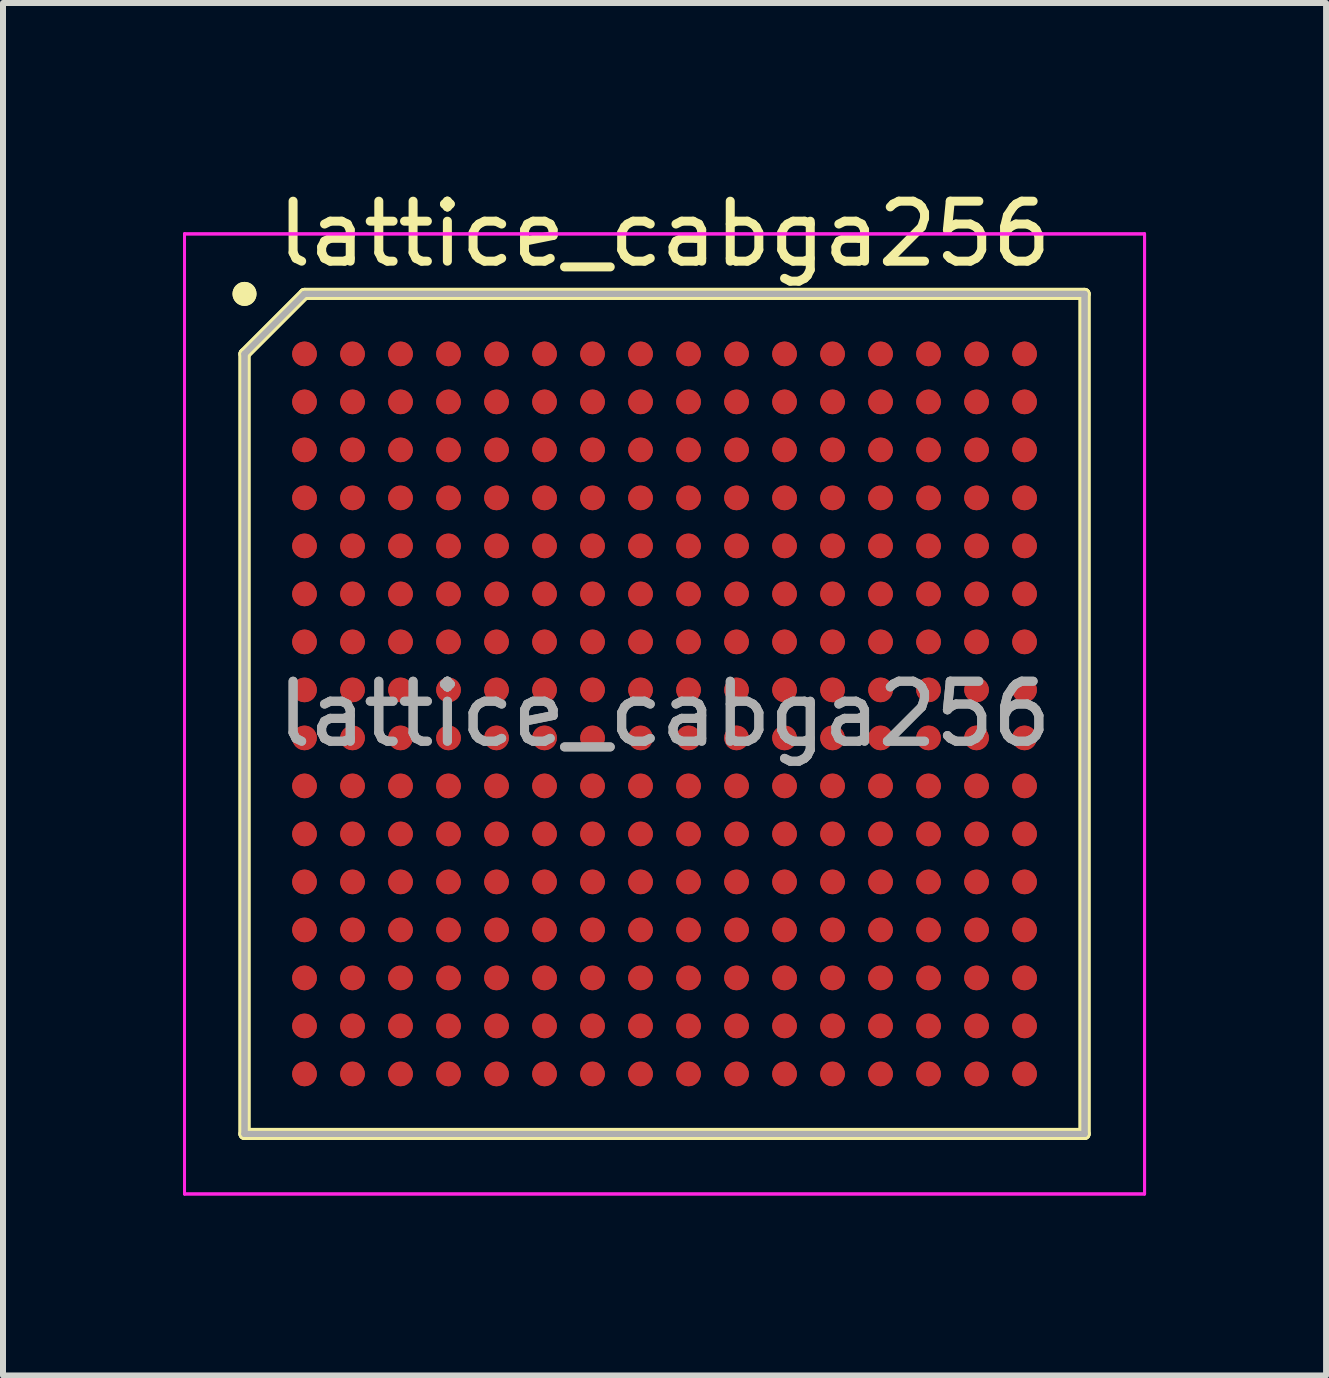
<source format=kicad_pcb>
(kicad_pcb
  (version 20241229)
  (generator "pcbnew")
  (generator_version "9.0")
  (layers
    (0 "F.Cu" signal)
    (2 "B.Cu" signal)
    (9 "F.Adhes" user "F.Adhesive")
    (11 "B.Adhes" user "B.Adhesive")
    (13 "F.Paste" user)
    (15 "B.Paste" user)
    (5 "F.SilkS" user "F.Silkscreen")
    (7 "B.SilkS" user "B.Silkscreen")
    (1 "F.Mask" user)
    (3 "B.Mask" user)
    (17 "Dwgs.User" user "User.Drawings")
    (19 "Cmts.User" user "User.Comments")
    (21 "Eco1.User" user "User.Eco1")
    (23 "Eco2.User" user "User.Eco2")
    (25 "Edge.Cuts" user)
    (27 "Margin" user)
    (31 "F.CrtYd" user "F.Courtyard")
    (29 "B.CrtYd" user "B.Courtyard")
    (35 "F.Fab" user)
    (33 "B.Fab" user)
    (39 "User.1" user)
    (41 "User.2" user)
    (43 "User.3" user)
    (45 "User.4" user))
  (footprint "lattice_cabga256"
    (layer "F.Cu")
    (at 8.025 8.848)
    (property "Reference" "lattice_cabga256" (at 0 -8 0) (layer "F.SilkS") (effects (font (size 1 1) (thickness 0.15))))
    (attr smd)
    (fp_line (start -7 -6) (end -6 -7) (stroke (width 0.2) (type solid)) (layer "F.SilkS"))
    (fp_line (start -7 -6) (end -6 -7) (stroke (width 0.2) (type solid)) (layer "F.SilkS"))
    (fp_line (start -7 7) (end -7 -6) (stroke (width 0.2) (type solid)) (layer "F.SilkS"))
    (fp_line (start -7 7) (end -7 -6) (stroke (width 0.2) (type solid)) (layer "F.SilkS"))
    (fp_line (start -6 -7) (end 7 -7) (stroke (width 0.2) (type solid)) (layer "F.SilkS"))
    (fp_line (start -6 -7) (end 7 -7) (stroke (width 0.2) (type solid)) (layer "F.SilkS"))
    (fp_line (start 7 -7) (end 7 7) (stroke (width 0.2) (type solid)) (layer "F.SilkS"))
    (fp_line (start 7 -7) (end 7 7) (stroke (width 0.2) (type solid)) (layer "F.SilkS"))
    (fp_line (start 7 7) (end -7 7) (stroke (width 0.2) (type solid)) (layer "F.SilkS"))
    (fp_line (start 7 7) (end -7 7) (stroke (width 0.2) (type solid)) (layer "F.SilkS"))
    (fp_circle (center -7 -7) (end -7 -6.9) (stroke (width 0.2) (type solid)) (fill no) (layer "F.SilkS"))
    (fp_circle (center -7 -7) (end -7 -6.9) (stroke (width 0.2) (type solid)) (fill no) (layer "F.SilkS"))
    (fp_line (start -8 -8) (end 8 -8) (stroke (width 0.05) (type solid)) (layer "F.CrtYd"))
    (fp_line (start -8 -8) (end 8 -8) (stroke (width 0.05) (type solid)) (layer "F.CrtYd"))
    (fp_line (start -8 8) (end -8 -8) (stroke (width 0.05) (type solid)) (layer "F.CrtYd"))
    (fp_line (start -8 8) (end -8 -8) (stroke (width 0.05) (type solid)) (layer "F.CrtYd"))
    (fp_line (start 8 -8) (end 8 8) (stroke (width 0.05) (type solid)) (layer "F.CrtYd"))
    (fp_line (start 8 -8) (end 8 8) (stroke (width 0.05) (type solid)) (layer "F.CrtYd"))
    (fp_line (start 8 8) (end -8 8) (stroke (width 0.05) (type solid)) (layer "F.CrtYd"))
    (fp_line (start 8 8) (end -8 8) (stroke (width 0.05) (type solid)) (layer "F.CrtYd"))
    (fp_line (start -7 -6) (end -6 -7) (stroke (width 0.1) (type solid)) (layer "F.Fab"))
    (fp_line (start -7 -6) (end -6 -7) (stroke (width 0.1) (type solid)) (layer "F.Fab"))
    (fp_line (start -7 7) (end -7 -6) (stroke (width 0.1) (type solid)) (layer "F.Fab"))
    (fp_line (start -7 7) (end -7 -6) (stroke (width 0.1) (type solid)) (layer "F.Fab"))
    (fp_line (start -6 -7) (end 7 -7) (stroke (width 0.1) (type solid)) (layer "F.Fab"))
    (fp_line (start -6 -7) (end 7 -7) (stroke (width 0.1) (type solid)) (layer "F.Fab"))
    (fp_line (start 7 -7) (end 7 7) (stroke (width 0.1) (type solid)) (layer "F.Fab"))
    (fp_line (start 7 -7) (end 7 7) (stroke (width 0.1) (type solid)) (layer "F.Fab"))
    (fp_line (start 7 7) (end -7 7) (stroke (width 0.1) (type solid)) (layer "F.Fab"))
    (fp_line (start 7 7) (end -7 7) (stroke (width 0.1) (type solid)) (layer "F.Fab"))
    (fp_text user "${REFERENCE}" (at 0 0 0) (layer "F.Fab") (effects (font (size 1 1) (thickness 0.15))))
    (fp_text user "${REFERENCE}" (at 0 0 0) (layer "F.Fab") (effects (font (size 1 1) (thickness 0.15))))
    (pad "A1" smd circle (at -6 -6 90) (size 0.41 0.41) (layers "F.Cu" "F.Mask" "F.Paste"))
    (pad "A1" smd circle (at -6 -6 90) (size 0.41 0.41) (layers "F.Cu" "F.Mask" "F.Paste"))
    (pad "A2" smd circle (at -5.2 -6 90) (size 0.41 0.41) (layers "F.Cu" "F.Mask" "F.Paste"))
    (pad "A2" smd circle (at -5.2 -6 90) (size 0.41 0.41) (layers "F.Cu" "F.Mask" "F.Paste"))
    (pad "A3" smd circle (at -4.4 -6 90) (size 0.41 0.41) (layers "F.Cu" "F.Mask" "F.Paste"))
    (pad "A3" smd circle (at -4.4 -6 90) (size 0.41 0.41) (layers "F.Cu" "F.Mask" "F.Paste"))
    (pad "A4" smd circle (at -3.6 -6 90) (size 0.41 0.41) (layers "F.Cu" "F.Mask" "F.Paste"))
    (pad "A4" smd circle (at -3.6 -6 90) (size 0.41 0.41) (layers "F.Cu" "F.Mask" "F.Paste"))
    (pad "A5" smd circle (at -2.8 -6 90) (size 0.41 0.41) (layers "F.Cu" "F.Mask" "F.Paste"))
    (pad "A5" smd circle (at -2.8 -6 90) (size 0.41 0.41) (layers "F.Cu" "F.Mask" "F.Paste"))
    (pad "A6" smd circle (at -2 -6 90) (size 0.41 0.41) (layers "F.Cu" "F.Mask" "F.Paste"))
    (pad "A6" smd circle (at -2 -6 90) (size 0.41 0.41) (layers "F.Cu" "F.Mask" "F.Paste"))
    (pad "A7" smd circle (at -1.2 -6 90) (size 0.41 0.41) (layers "F.Cu" "F.Mask" "F.Paste"))
    (pad "A7" smd circle (at -1.2 -6 90) (size 0.41 0.41) (layers "F.Cu" "F.Mask" "F.Paste"))
    (pad "A8" smd circle (at -0.4 -6 90) (size 0.41 0.41) (layers "F.Cu" "F.Mask" "F.Paste"))
    (pad "A8" smd circle (at -0.4 -6 90) (size 0.41 0.41) (layers "F.Cu" "F.Mask" "F.Paste"))
    (pad "A9" smd circle (at 0.4 -6 90) (size 0.41 0.41) (layers "F.Cu" "F.Mask" "F.Paste"))
    (pad "A9" smd circle (at 0.4 -6 90) (size 0.41 0.41) (layers "F.Cu" "F.Mask" "F.Paste"))
    (pad "A10" smd circle (at 1.2 -6 90) (size 0.41 0.41) (layers "F.Cu" "F.Mask" "F.Paste"))
    (pad "A10" smd circle (at 1.2 -6 90) (size 0.41 0.41) (layers "F.Cu" "F.Mask" "F.Paste"))
    (pad "A11" smd circle (at 2 -6 90) (size 0.41 0.41) (layers "F.Cu" "F.Mask" "F.Paste"))
    (pad "A11" smd circle (at 2 -6 90) (size 0.41 0.41) (layers "F.Cu" "F.Mask" "F.Paste"))
    (pad "A12" smd circle (at 2.8 -6 90) (size 0.41 0.41) (layers "F.Cu" "F.Mask" "F.Paste"))
    (pad "A12" smd circle (at 2.8 -6 90) (size 0.41 0.41) (layers "F.Cu" "F.Mask" "F.Paste"))
    (pad "A13" smd circle (at 3.6 -6 90) (size 0.41 0.41) (layers "F.Cu" "F.Mask" "F.Paste"))
    (pad "A13" smd circle (at 3.6 -6 90) (size 0.41 0.41) (layers "F.Cu" "F.Mask" "F.Paste"))
    (pad "A14" smd circle (at 4.4 -6 90) (size 0.41 0.41) (layers "F.Cu" "F.Mask" "F.Paste"))
    (pad "A14" smd circle (at 4.4 -6 90) (size 0.41 0.41) (layers "F.Cu" "F.Mask" "F.Paste"))
    (pad "A15" smd circle (at 5.2 -6 90) (size 0.41 0.41) (layers "F.Cu" "F.Mask" "F.Paste"))
    (pad "A15" smd circle (at 5.2 -6 90) (size 0.41 0.41) (layers "F.Cu" "F.Mask" "F.Paste"))
    (pad "A16" smd circle (at 6 -6 90) (size 0.41 0.41) (layers "F.Cu" "F.Mask" "F.Paste"))
    (pad "A16" smd circle (at 6 -6 90) (size 0.41 0.41) (layers "F.Cu" "F.Mask" "F.Paste"))
    (pad "B1" smd circle (at -6 -5.2 90) (size 0.41 0.41) (layers "F.Cu" "F.Mask" "F.Paste"))
    (pad "B1" smd circle (at -6 -5.2 90) (size 0.41 0.41) (layers "F.Cu" "F.Mask" "F.Paste"))
    (pad "B2" smd circle (at -5.2 -5.2 90) (size 0.41 0.41) (layers "F.Cu" "F.Mask" "F.Paste"))
    (pad "B2" smd circle (at -5.2 -5.2 90) (size 0.41 0.41) (layers "F.Cu" "F.Mask" "F.Paste"))
    (pad "B3" smd circle (at -4.4 -5.2 90) (size 0.41 0.41) (layers "F.Cu" "F.Mask" "F.Paste"))
    (pad "B3" smd circle (at -4.4 -5.2 90) (size 0.41 0.41) (layers "F.Cu" "F.Mask" "F.Paste"))
    (pad "B4" smd circle (at -3.6 -5.2 90) (size 0.41 0.41) (layers "F.Cu" "F.Mask" "F.Paste"))
    (pad "B4" smd circle (at -3.6 -5.2 90) (size 0.41 0.41) (layers "F.Cu" "F.Mask" "F.Paste"))
    (pad "B5" smd circle (at -2.8 -5.2 90) (size 0.41 0.41) (layers "F.Cu" "F.Mask" "F.Paste"))
    (pad "B5" smd circle (at -2.8 -5.2 90) (size 0.41 0.41) (layers "F.Cu" "F.Mask" "F.Paste"))
    (pad "B6" smd circle (at -2 -5.2 90) (size 0.41 0.41) (layers "F.Cu" "F.Mask" "F.Paste"))
    (pad "B6" smd circle (at -2 -5.2 90) (size 0.41 0.41) (layers "F.Cu" "F.Mask" "F.Paste"))
    (pad "B7" smd circle (at -1.2 -5.2 90) (size 0.41 0.41) (layers "F.Cu" "F.Mask" "F.Paste"))
    (pad "B7" smd circle (at -1.2 -5.2 90) (size 0.41 0.41) (layers "F.Cu" "F.Mask" "F.Paste"))
    (pad "B8" smd circle (at -0.4 -5.2 90) (size 0.41 0.41) (layers "F.Cu" "F.Mask" "F.Paste"))
    (pad "B8" smd circle (at -0.4 -5.2 90) (size 0.41 0.41) (layers "F.Cu" "F.Mask" "F.Paste"))
    (pad "B9" smd circle (at 0.4 -5.2 90) (size 0.41 0.41) (layers "F.Cu" "F.Mask" "F.Paste"))
    (pad "B9" smd circle (at 0.4 -5.2 90) (size 0.41 0.41) (layers "F.Cu" "F.Mask" "F.Paste"))
    (pad "B10" smd circle (at 1.2 -5.2 90) (size 0.41 0.41) (layers "F.Cu" "F.Mask" "F.Paste"))
    (pad "B10" smd circle (at 1.2 -5.2 90) (size 0.41 0.41) (layers "F.Cu" "F.Mask" "F.Paste"))
    (pad "B11" smd circle (at 2 -5.2 90) (size 0.41 0.41) (layers "F.Cu" "F.Mask" "F.Paste"))
    (pad "B11" smd circle (at 2 -5.2 90) (size 0.41 0.41) (layers "F.Cu" "F.Mask" "F.Paste"))
    (pad "B12" smd circle (at 2.8 -5.2 90) (size 0.41 0.41) (layers "F.Cu" "F.Mask" "F.Paste"))
    (pad "B12" smd circle (at 2.8 -5.2 90) (size 0.41 0.41) (layers "F.Cu" "F.Mask" "F.Paste"))
    (pad "B13" smd circle (at 3.6 -5.2 90) (size 0.41 0.41) (layers "F.Cu" "F.Mask" "F.Paste"))
    (pad "B13" smd circle (at 3.6 -5.2 90) (size 0.41 0.41) (layers "F.Cu" "F.Mask" "F.Paste"))
    (pad "B14" smd circle (at 4.4 -5.2 90) (size 0.41 0.41) (layers "F.Cu" "F.Mask" "F.Paste"))
    (pad "B14" smd circle (at 4.4 -5.2 90) (size 0.41 0.41) (layers "F.Cu" "F.Mask" "F.Paste"))
    (pad "B15" smd circle (at 5.2 -5.2 90) (size 0.41 0.41) (layers "F.Cu" "F.Mask" "F.Paste"))
    (pad "B15" smd circle (at 5.2 -5.2 90) (size 0.41 0.41) (layers "F.Cu" "F.Mask" "F.Paste"))
    (pad "B16" smd circle (at 6 -5.2 90) (size 0.41 0.41) (layers "F.Cu" "F.Mask" "F.Paste"))
    (pad "B16" smd circle (at 6 -5.2 90) (size 0.41 0.41) (layers "F.Cu" "F.Mask" "F.Paste"))
    (pad "C1" smd circle (at -6 -4.4 90) (size 0.41 0.41) (layers "F.Cu" "F.Mask" "F.Paste"))
    (pad "C1" smd circle (at -6 -4.4 90) (size 0.41 0.41) (layers "F.Cu" "F.Mask" "F.Paste"))
    (pad "C2" smd circle (at -5.2 -4.4 90) (size 0.41 0.41) (layers "F.Cu" "F.Mask" "F.Paste"))
    (pad "C2" smd circle (at -5.2 -4.4 90) (size 0.41 0.41) (layers "F.Cu" "F.Mask" "F.Paste"))
    (pad "C3" smd circle (at -4.4 -4.4 90) (size 0.41 0.41) (layers "F.Cu" "F.Mask" "F.Paste"))
    (pad "C3" smd circle (at -4.4 -4.4 90) (size 0.41 0.41) (layers "F.Cu" "F.Mask" "F.Paste"))
    (pad "C4" smd circle (at -3.6 -4.4 90) (size 0.41 0.41) (layers "F.Cu" "F.Mask" "F.Paste"))
    (pad "C4" smd circle (at -3.6 -4.4 90) (size 0.41 0.41) (layers "F.Cu" "F.Mask" "F.Paste"))
    (pad "C5" smd circle (at -2.8 -4.4 90) (size 0.41 0.41) (layers "F.Cu" "F.Mask" "F.Paste"))
    (pad "C5" smd circle (at -2.8 -4.4 90) (size 0.41 0.41) (layers "F.Cu" "F.Mask" "F.Paste"))
    (pad "C6" smd circle (at -2 -4.4 90) (size 0.41 0.41) (layers "F.Cu" "F.Mask" "F.Paste"))
    (pad "C6" smd circle (at -2 -4.4 90) (size 0.41 0.41) (layers "F.Cu" "F.Mask" "F.Paste"))
    (pad "C7" smd circle (at -1.2 -4.4 90) (size 0.41 0.41) (layers "F.Cu" "F.Mask" "F.Paste"))
    (pad "C7" smd circle (at -1.2 -4.4 90) (size 0.41 0.41) (layers "F.Cu" "F.Mask" "F.Paste"))
    (pad "C8" smd circle (at -0.4 -4.4 90) (size 0.41 0.41) (layers "F.Cu" "F.Mask" "F.Paste"))
    (pad "C8" smd circle (at -0.4 -4.4 90) (size 0.41 0.41) (layers "F.Cu" "F.Mask" "F.Paste"))
    (pad "C9" smd circle (at 0.4 -4.4 90) (size 0.41 0.41) (layers "F.Cu" "F.Mask" "F.Paste"))
    (pad "C9" smd circle (at 0.4 -4.4 90) (size 0.41 0.41) (layers "F.Cu" "F.Mask" "F.Paste"))
    (pad "C10" smd circle (at 1.2 -4.4 90) (size 0.41 0.41) (layers "F.Cu" "F.Mask" "F.Paste"))
    (pad "C10" smd circle (at 1.2 -4.4 90) (size 0.41 0.41) (layers "F.Cu" "F.Mask" "F.Paste"))
    (pad "C11" smd circle (at 2 -4.4 90) (size 0.41 0.41) (layers "F.Cu" "F.Mask" "F.Paste"))
    (pad "C11" smd circle (at 2 -4.4 90) (size 0.41 0.41) (layers "F.Cu" "F.Mask" "F.Paste"))
    (pad "C12" smd circle (at 2.8 -4.4 90) (size 0.41 0.41) (layers "F.Cu" "F.Mask" "F.Paste"))
    (pad "C12" smd circle (at 2.8 -4.4 90) (size 0.41 0.41) (layers "F.Cu" "F.Mask" "F.Paste"))
    (pad "C13" smd circle (at 3.6 -4.4 90) (size 0.41 0.41) (layers "F.Cu" "F.Mask" "F.Paste"))
    (pad "C13" smd circle (at 3.6 -4.4 90) (size 0.41 0.41) (layers "F.Cu" "F.Mask" "F.Paste"))
    (pad "C14" smd circle (at 4.4 -4.4 90) (size 0.41 0.41) (layers "F.Cu" "F.Mask" "F.Paste"))
    (pad "C14" smd circle (at 4.4 -4.4 90) (size 0.41 0.41) (layers "F.Cu" "F.Mask" "F.Paste"))
    (pad "C15" smd circle (at 5.2 -4.4 90) (size 0.41 0.41) (layers "F.Cu" "F.Mask" "F.Paste"))
    (pad "C15" smd circle (at 5.2 -4.4 90) (size 0.41 0.41) (layers "F.Cu" "F.Mask" "F.Paste"))
    (pad "C16" smd circle (at 6 -4.4 90) (size 0.41 0.41) (layers "F.Cu" "F.Mask" "F.Paste"))
    (pad "C16" smd circle (at 6 -4.4 90) (size 0.41 0.41) (layers "F.Cu" "F.Mask" "F.Paste"))
    (pad "D1" smd circle (at -6 -3.6 90) (size 0.41 0.41) (layers "F.Cu" "F.Mask" "F.Paste"))
    (pad "D1" smd circle (at -6 -3.6 90) (size 0.41 0.41) (layers "F.Cu" "F.Mask" "F.Paste"))
    (pad "D2" smd circle (at -5.2 -3.6 90) (size 0.41 0.41) (layers "F.Cu" "F.Mask" "F.Paste"))
    (pad "D2" smd circle (at -5.2 -3.6 90) (size 0.41 0.41) (layers "F.Cu" "F.Mask" "F.Paste"))
    (pad "D3" smd circle (at -4.4 -3.6 90) (size 0.41 0.41) (layers "F.Cu" "F.Mask" "F.Paste"))
    (pad "D3" smd circle (at -4.4 -3.6 90) (size 0.41 0.41) (layers "F.Cu" "F.Mask" "F.Paste"))
    (pad "D4" smd circle (at -3.6 -3.6 90) (size 0.41 0.41) (layers "F.Cu" "F.Mask" "F.Paste"))
    (pad "D4" smd circle (at -3.6 -3.6 90) (size 0.41 0.41) (layers "F.Cu" "F.Mask" "F.Paste"))
    (pad "D5" smd circle (at -2.8 -3.6 90) (size 0.41 0.41) (layers "F.Cu" "F.Mask" "F.Paste"))
    (pad "D5" smd circle (at -2.8 -3.6 90) (size 0.41 0.41) (layers "F.Cu" "F.Mask" "F.Paste"))
    (pad "D6" smd circle (at -2 -3.6 90) (size 0.41 0.41) (layers "F.Cu" "F.Mask" "F.Paste"))
    (pad "D6" smd circle (at -2 -3.6 90) (size 0.41 0.41) (layers "F.Cu" "F.Mask" "F.Paste"))
    (pad "D7" smd circle (at -1.2 -3.6 90) (size 0.41 0.41) (layers "F.Cu" "F.Mask" "F.Paste"))
    (pad "D7" smd circle (at -1.2 -3.6 90) (size 0.41 0.41) (layers "F.Cu" "F.Mask" "F.Paste"))
    (pad "D8" smd circle (at -0.4 -3.6 90) (size 0.41 0.41) (layers "F.Cu" "F.Mask" "F.Paste"))
    (pad "D8" smd circle (at -0.4 -3.6 90) (size 0.41 0.41) (layers "F.Cu" "F.Mask" "F.Paste"))
    (pad "D9" smd circle (at 0.4 -3.6 90) (size 0.41 0.41) (layers "F.Cu" "F.Mask" "F.Paste"))
    (pad "D9" smd circle (at 0.4 -3.6 90) (size 0.41 0.41) (layers "F.Cu" "F.Mask" "F.Paste"))
    (pad "D10" smd circle (at 1.2 -3.6 90) (size 0.41 0.41) (layers "F.Cu" "F.Mask" "F.Paste"))
    (pad "D10" smd circle (at 1.2 -3.6 90) (size 0.41 0.41) (layers "F.Cu" "F.Mask" "F.Paste"))
    (pad "D11" smd circle (at 2 -3.6 90) (size 0.41 0.41) (layers "F.Cu" "F.Mask" "F.Paste"))
    (pad "D11" smd circle (at 2 -3.6 90) (size 0.41 0.41) (layers "F.Cu" "F.Mask" "F.Paste"))
    (pad "D12" smd circle (at 2.8 -3.6 90) (size 0.41 0.41) (layers "F.Cu" "F.Mask" "F.Paste"))
    (pad "D12" smd circle (at 2.8 -3.6 90) (size 0.41 0.41) (layers "F.Cu" "F.Mask" "F.Paste"))
    (pad "D13" smd circle (at 3.6 -3.6 90) (size 0.41 0.41) (layers "F.Cu" "F.Mask" "F.Paste"))
    (pad "D13" smd circle (at 3.6 -3.6 90) (size 0.41 0.41) (layers "F.Cu" "F.Mask" "F.Paste"))
    (pad "D14" smd circle (at 4.4 -3.6 90) (size 0.41 0.41) (layers "F.Cu" "F.Mask" "F.Paste"))
    (pad "D14" smd circle (at 4.4 -3.6 90) (size 0.41 0.41) (layers "F.Cu" "F.Mask" "F.Paste"))
    (pad "D15" smd circle (at 5.2 -3.6 90) (size 0.41 0.41) (layers "F.Cu" "F.Mask" "F.Paste"))
    (pad "D15" smd circle (at 5.2 -3.6 90) (size 0.41 0.41) (layers "F.Cu" "F.Mask" "F.Paste"))
    (pad "D16" smd circle (at 6 -3.6 90) (size 0.41 0.41) (layers "F.Cu" "F.Mask" "F.Paste"))
    (pad "D16" smd circle (at 6 -3.6 90) (size 0.41 0.41) (layers "F.Cu" "F.Mask" "F.Paste"))
    (pad "E1" smd circle (at -6 -2.8 90) (size 0.41 0.41) (layers "F.Cu" "F.Mask" "F.Paste"))
    (pad "E1" smd circle (at -6 -2.8 90) (size 0.41 0.41) (layers "F.Cu" "F.Mask" "F.Paste"))
    (pad "E2" smd circle (at -5.2 -2.8 90) (size 0.41 0.41) (layers "F.Cu" "F.Mask" "F.Paste"))
    (pad "E2" smd circle (at -5.2 -2.8 90) (size 0.41 0.41) (layers "F.Cu" "F.Mask" "F.Paste"))
    (pad "E3" smd circle (at -4.4 -2.8 90) (size 0.41 0.41) (layers "F.Cu" "F.Mask" "F.Paste"))
    (pad "E3" smd circle (at -4.4 -2.8 90) (size 0.41 0.41) (layers "F.Cu" "F.Mask" "F.Paste"))
    (pad "E4" smd circle (at -3.6 -2.8 90) (size 0.41 0.41) (layers "F.Cu" "F.Mask" "F.Paste"))
    (pad "E4" smd circle (at -3.6 -2.8 90) (size 0.41 0.41) (layers "F.Cu" "F.Mask" "F.Paste"))
    (pad "E5" smd circle (at -2.8 -2.8 90) (size 0.41 0.41) (layers "F.Cu" "F.Mask" "F.Paste"))
    (pad "E5" smd circle (at -2.8 -2.8 90) (size 0.41 0.41) (layers "F.Cu" "F.Mask" "F.Paste"))
    (pad "E6" smd circle (at -2 -2.8 90) (size 0.41 0.41) (layers "F.Cu" "F.Mask" "F.Paste"))
    (pad "E6" smd circle (at -2 -2.8 90) (size 0.41 0.41) (layers "F.Cu" "F.Mask" "F.Paste"))
    (pad "E7" smd circle (at -1.2 -2.8 90) (size 0.41 0.41) (layers "F.Cu" "F.Mask" "F.Paste"))
    (pad "E7" smd circle (at -1.2 -2.8 90) (size 0.41 0.41) (layers "F.Cu" "F.Mask" "F.Paste"))
    (pad "E8" smd circle (at -0.4 -2.8 90) (size 0.41 0.41) (layers "F.Cu" "F.Mask" "F.Paste"))
    (pad "E8" smd circle (at -0.4 -2.8 90) (size 0.41 0.41) (layers "F.Cu" "F.Mask" "F.Paste"))
    (pad "E9" smd circle (at 0.4 -2.8 90) (size 0.41 0.41) (layers "F.Cu" "F.Mask" "F.Paste"))
    (pad "E9" smd circle (at 0.4 -2.8 90) (size 0.41 0.41) (layers "F.Cu" "F.Mask" "F.Paste"))
    (pad "E10" smd circle (at 1.2 -2.8 90) (size 0.41 0.41) (layers "F.Cu" "F.Mask" "F.Paste"))
    (pad "E10" smd circle (at 1.2 -2.8 90) (size 0.41 0.41) (layers "F.Cu" "F.Mask" "F.Paste"))
    (pad "E11" smd circle (at 2 -2.8 90) (size 0.41 0.41) (layers "F.Cu" "F.Mask" "F.Paste"))
    (pad "E11" smd circle (at 2 -2.8 90) (size 0.41 0.41) (layers "F.Cu" "F.Mask" "F.Paste"))
    (pad "E12" smd circle (at 2.8 -2.8 90) (size 0.41 0.41) (layers "F.Cu" "F.Mask" "F.Paste"))
    (pad "E12" smd circle (at 2.8 -2.8 90) (size 0.41 0.41) (layers "F.Cu" "F.Mask" "F.Paste"))
    (pad "E13" smd circle (at 3.6 -2.8 90) (size 0.41 0.41) (layers "F.Cu" "F.Mask" "F.Paste"))
    (pad "E13" smd circle (at 3.6 -2.8 90) (size 0.41 0.41) (layers "F.Cu" "F.Mask" "F.Paste"))
    (pad "E14" smd circle (at 4.4 -2.8 90) (size 0.41 0.41) (layers "F.Cu" "F.Mask" "F.Paste"))
    (pad "E14" smd circle (at 4.4 -2.8 90) (size 0.41 0.41) (layers "F.Cu" "F.Mask" "F.Paste"))
    (pad "E15" smd circle (at 5.2 -2.8 90) (size 0.41 0.41) (layers "F.Cu" "F.Mask" "F.Paste"))
    (pad "E15" smd circle (at 5.2 -2.8 90) (size 0.41 0.41) (layers "F.Cu" "F.Mask" "F.Paste"))
    (pad "E16" smd circle (at 6 -2.8 90) (size 0.41 0.41) (layers "F.Cu" "F.Mask" "F.Paste"))
    (pad "E16" smd circle (at 6 -2.8 90) (size 0.41 0.41) (layers "F.Cu" "F.Mask" "F.Paste"))
    (pad "F1" smd circle (at -6 -2 90) (size 0.41 0.41) (layers "F.Cu" "F.Mask" "F.Paste"))
    (pad "F1" smd circle (at -6 -2 90) (size 0.41 0.41) (layers "F.Cu" "F.Mask" "F.Paste"))
    (pad "F2" smd circle (at -5.2 -2 90) (size 0.41 0.41) (layers "F.Cu" "F.Mask" "F.Paste"))
    (pad "F2" smd circle (at -5.2 -2 90) (size 0.41 0.41) (layers "F.Cu" "F.Mask" "F.Paste"))
    (pad "F3" smd circle (at -4.4 -2 90) (size 0.41 0.41) (layers "F.Cu" "F.Mask" "F.Paste"))
    (pad "F3" smd circle (at -4.4 -2 90) (size 0.41 0.41) (layers "F.Cu" "F.Mask" "F.Paste"))
    (pad "F4" smd circle (at -3.6 -2 90) (size 0.41 0.41) (layers "F.Cu" "F.Mask" "F.Paste"))
    (pad "F4" smd circle (at -3.6 -2 90) (size 0.41 0.41) (layers "F.Cu" "F.Mask" "F.Paste"))
    (pad "F5" smd circle (at -2.8 -2 90) (size 0.41 0.41) (layers "F.Cu" "F.Mask" "F.Paste"))
    (pad "F5" smd circle (at -2.8 -2 90) (size 0.41 0.41) (layers "F.Cu" "F.Mask" "F.Paste"))
    (pad "F6" smd circle (at -2 -2 90) (size 0.41 0.41) (layers "F.Cu" "F.Mask" "F.Paste"))
    (pad "F6" smd circle (at -2 -2 90) (size 0.41 0.41) (layers "F.Cu" "F.Mask" "F.Paste"))
    (pad "F7" smd circle (at -1.2 -2 90) (size 0.41 0.41) (layers "F.Cu" "F.Mask" "F.Paste"))
    (pad "F7" smd circle (at -1.2 -2 90) (size 0.41 0.41) (layers "F.Cu" "F.Mask" "F.Paste"))
    (pad "F8" smd circle (at -0.4 -2 90) (size 0.41 0.41) (layers "F.Cu" "F.Mask" "F.Paste"))
    (pad "F8" smd circle (at -0.4 -2 90) (size 0.41 0.41) (layers "F.Cu" "F.Mask" "F.Paste"))
    (pad "F9" smd circle (at 0.4 -2 90) (size 0.41 0.41) (layers "F.Cu" "F.Mask" "F.Paste"))
    (pad "F9" smd circle (at 0.4 -2 90) (size 0.41 0.41) (layers "F.Cu" "F.Mask" "F.Paste"))
    (pad "F10" smd circle (at 1.2 -2 90) (size 0.41 0.41) (layers "F.Cu" "F.Mask" "F.Paste"))
    (pad "F10" smd circle (at 1.2 -2 90) (size 0.41 0.41) (layers "F.Cu" "F.Mask" "F.Paste"))
    (pad "F11" smd circle (at 2 -2 90) (size 0.41 0.41) (layers "F.Cu" "F.Mask" "F.Paste"))
    (pad "F11" smd circle (at 2 -2 90) (size 0.41 0.41) (layers "F.Cu" "F.Mask" "F.Paste"))
    (pad "F12" smd circle (at 2.8 -2 90) (size 0.41 0.41) (layers "F.Cu" "F.Mask" "F.Paste"))
    (pad "F12" smd circle (at 2.8 -2 90) (size 0.41 0.41) (layers "F.Cu" "F.Mask" "F.Paste"))
    (pad "F13" smd circle (at 3.6 -2 90) (size 0.41 0.41) (layers "F.Cu" "F.Mask" "F.Paste"))
    (pad "F13" smd circle (at 3.6 -2 90) (size 0.41 0.41) (layers "F.Cu" "F.Mask" "F.Paste"))
    (pad "F14" smd circle (at 4.4 -2 90) (size 0.41 0.41) (layers "F.Cu" "F.Mask" "F.Paste"))
    (pad "F14" smd circle (at 4.4 -2 90) (size 0.41 0.41) (layers "F.Cu" "F.Mask" "F.Paste"))
    (pad "F15" smd circle (at 5.2 -2 90) (size 0.41 0.41) (layers "F.Cu" "F.Mask" "F.Paste"))
    (pad "F15" smd circle (at 5.2 -2 90) (size 0.41 0.41) (layers "F.Cu" "F.Mask" "F.Paste"))
    (pad "F16" smd circle (at 6 -2 90) (size 0.41 0.41) (layers "F.Cu" "F.Mask" "F.Paste"))
    (pad "F16" smd circle (at 6 -2 90) (size 0.41 0.41) (layers "F.Cu" "F.Mask" "F.Paste"))
    (pad "G1" smd circle (at -6 -1.2 90) (size 0.41 0.41) (layers "F.Cu" "F.Mask" "F.Paste"))
    (pad "G1" smd circle (at -6 -1.2 90) (size 0.41 0.41) (layers "F.Cu" "F.Mask" "F.Paste"))
    (pad "G2" smd circle (at -5.2 -1.2 90) (size 0.41 0.41) (layers "F.Cu" "F.Mask" "F.Paste"))
    (pad "G2" smd circle (at -5.2 -1.2 90) (size 0.41 0.41) (layers "F.Cu" "F.Mask" "F.Paste"))
    (pad "G3" smd circle (at -4.4 -1.2 90) (size 0.41 0.41) (layers "F.Cu" "F.Mask" "F.Paste"))
    (pad "G3" smd circle (at -4.4 -1.2 90) (size 0.41 0.41) (layers "F.Cu" "F.Mask" "F.Paste"))
    (pad "G4" smd circle (at -3.6 -1.2 90) (size 0.41 0.41) (layers "F.Cu" "F.Mask" "F.Paste"))
    (pad "G4" smd circle (at -3.6 -1.2 90) (size 0.41 0.41) (layers "F.Cu" "F.Mask" "F.Paste"))
    (pad "G5" smd circle (at -2.8 -1.2 90) (size 0.41 0.41) (layers "F.Cu" "F.Mask" "F.Paste"))
    (pad "G5" smd circle (at -2.8 -1.2 90) (size 0.41 0.41) (layers "F.Cu" "F.Mask" "F.Paste"))
    (pad "G6" smd circle (at -2 -1.2 90) (size 0.41 0.41) (layers "F.Cu" "F.Mask" "F.Paste"))
    (pad "G6" smd circle (at -2 -1.2 90) (size 0.41 0.41) (layers "F.Cu" "F.Mask" "F.Paste"))
    (pad "G7" smd circle (at -1.2 -1.2 90) (size 0.41 0.41) (layers "F.Cu" "F.Mask" "F.Paste"))
    (pad "G7" smd circle (at -1.2 -1.2 90) (size 0.41 0.41) (layers "F.Cu" "F.Mask" "F.Paste"))
    (pad "G8" smd circle (at -0.4 -1.2 90) (size 0.41 0.41) (layers "F.Cu" "F.Mask" "F.Paste"))
    (pad "G8" smd circle (at -0.4 -1.2 90) (size 0.41 0.41) (layers "F.Cu" "F.Mask" "F.Paste"))
    (pad "G9" smd circle (at 0.4 -1.2 90) (size 0.41 0.41) (layers "F.Cu" "F.Mask" "F.Paste"))
    (pad "G9" smd circle (at 0.4 -1.2 90) (size 0.41 0.41) (layers "F.Cu" "F.Mask" "F.Paste"))
    (pad "G10" smd circle (at 1.2 -1.2 90) (size 0.41 0.41) (layers "F.Cu" "F.Mask" "F.Paste"))
    (pad "G10" smd circle (at 1.2 -1.2 90) (size 0.41 0.41) (layers "F.Cu" "F.Mask" "F.Paste"))
    (pad "G11" smd circle (at 2 -1.2 90) (size 0.41 0.41) (layers "F.Cu" "F.Mask" "F.Paste"))
    (pad "G11" smd circle (at 2 -1.2 90) (size 0.41 0.41) (layers "F.Cu" "F.Mask" "F.Paste"))
    (pad "G12" smd circle (at 2.8 -1.2 90) (size 0.41 0.41) (layers "F.Cu" "F.Mask" "F.Paste"))
    (pad "G12" smd circle (at 2.8 -1.2 90) (size 0.41 0.41) (layers "F.Cu" "F.Mask" "F.Paste"))
    (pad "G13" smd circle (at 3.6 -1.2 90) (size 0.41 0.41) (layers "F.Cu" "F.Mask" "F.Paste"))
    (pad "G13" smd circle (at 3.6 -1.2 90) (size 0.41 0.41) (layers "F.Cu" "F.Mask" "F.Paste"))
    (pad "G14" smd circle (at 4.4 -1.2 90) (size 0.41 0.41) (layers "F.Cu" "F.Mask" "F.Paste"))
    (pad "G14" smd circle (at 4.4 -1.2 90) (size 0.41 0.41) (layers "F.Cu" "F.Mask" "F.Paste"))
    (pad "G15" smd circle (at 5.2 -1.2 90) (size 0.41 0.41) (layers "F.Cu" "F.Mask" "F.Paste"))
    (pad "G15" smd circle (at 5.2 -1.2 90) (size 0.41 0.41) (layers "F.Cu" "F.Mask" "F.Paste"))
    (pad "G16" smd circle (at 6 -1.2 90) (size 0.41 0.41) (layers "F.Cu" "F.Mask" "F.Paste"))
    (pad "G16" smd circle (at 6 -1.2 90) (size 0.41 0.41) (layers "F.Cu" "F.Mask" "F.Paste"))
    (pad "H1" smd circle (at -6 -0.4 90) (size 0.41 0.41) (layers "F.Cu" "F.Mask" "F.Paste"))
    (pad "H1" smd circle (at -6 -0.4 90) (size 0.41 0.41) (layers "F.Cu" "F.Mask" "F.Paste"))
    (pad "H2" smd circle (at -5.2 -0.4 90) (size 0.41 0.41) (layers "F.Cu" "F.Mask" "F.Paste"))
    (pad "H2" smd circle (at -5.2 -0.4 90) (size 0.41 0.41) (layers "F.Cu" "F.Mask" "F.Paste"))
    (pad "H3" smd circle (at -4.4 -0.4 90) (size 0.41 0.41) (layers "F.Cu" "F.Mask" "F.Paste"))
    (pad "H3" smd circle (at -4.4 -0.4 90) (size 0.41 0.41) (layers "F.Cu" "F.Mask" "F.Paste"))
    (pad "H4" smd circle (at -3.6 -0.4 90) (size 0.41 0.41) (layers "F.Cu" "F.Mask" "F.Paste"))
    (pad "H4" smd circle (at -3.6 -0.4 90) (size 0.41 0.41) (layers "F.Cu" "F.Mask" "F.Paste"))
    (pad "H5" smd circle (at -2.8 -0.4 90) (size 0.41 0.41) (layers "F.Cu" "F.Mask" "F.Paste"))
    (pad "H5" smd circle (at -2.8 -0.4 90) (size 0.41 0.41) (layers "F.Cu" "F.Mask" "F.Paste"))
    (pad "H6" smd circle (at -2 -0.4 90) (size 0.41 0.41) (layers "F.Cu" "F.Mask" "F.Paste"))
    (pad "H6" smd circle (at -2 -0.4 90) (size 0.41 0.41) (layers "F.Cu" "F.Mask" "F.Paste"))
    (pad "H7" smd circle (at -1.2 -0.4 90) (size 0.41 0.41) (layers "F.Cu" "F.Mask" "F.Paste"))
    (pad "H7" smd circle (at -1.2 -0.4 90) (size 0.41 0.41) (layers "F.Cu" "F.Mask" "F.Paste"))
    (pad "H8" smd circle (at -0.4 -0.4 90) (size 0.41 0.41) (layers "F.Cu" "F.Mask" "F.Paste"))
    (pad "H8" smd circle (at -0.4 -0.4 90) (size 0.41 0.41) (layers "F.Cu" "F.Mask" "F.Paste"))
    (pad "H9" smd circle (at 0.4 -0.4 90) (size 0.41 0.41) (layers "F.Cu" "F.Mask" "F.Paste"))
    (pad "H9" smd circle (at 0.4 -0.4 90) (size 0.41 0.41) (layers "F.Cu" "F.Mask" "F.Paste"))
    (pad "H10" smd circle (at 1.2 -0.4 90) (size 0.41 0.41) (layers "F.Cu" "F.Mask" "F.Paste"))
    (pad "H10" smd circle (at 1.2 -0.4 90) (size 0.41 0.41) (layers "F.Cu" "F.Mask" "F.Paste"))
    (pad "H11" smd circle (at 2 -0.4 90) (size 0.41 0.41) (layers "F.Cu" "F.Mask" "F.Paste"))
    (pad "H11" smd circle (at 2 -0.4 90) (size 0.41 0.41) (layers "F.Cu" "F.Mask" "F.Paste"))
    (pad "H12" smd circle (at 2.8 -0.4 90) (size 0.41 0.41) (layers "F.Cu" "F.Mask" "F.Paste"))
    (pad "H12" smd circle (at 2.8 -0.4 90) (size 0.41 0.41) (layers "F.Cu" "F.Mask" "F.Paste"))
    (pad "H13" smd circle (at 3.6 -0.4 90) (size 0.41 0.41) (layers "F.Cu" "F.Mask" "F.Paste"))
    (pad "H13" smd circle (at 3.6 -0.4 90) (size 0.41 0.41) (layers "F.Cu" "F.Mask" "F.Paste"))
    (pad "H14" smd circle (at 4.4 -0.4 90) (size 0.41 0.41) (layers "F.Cu" "F.Mask" "F.Paste"))
    (pad "H14" smd circle (at 4.4 -0.4 90) (size 0.41 0.41) (layers "F.Cu" "F.Mask" "F.Paste"))
    (pad "H15" smd circle (at 5.2 -0.4 90) (size 0.41 0.41) (layers "F.Cu" "F.Mask" "F.Paste"))
    (pad "H15" smd circle (at 5.2 -0.4 90) (size 0.41 0.41) (layers "F.Cu" "F.Mask" "F.Paste"))
    (pad "H16" smd circle (at 6 -0.4 90) (size 0.41 0.41) (layers "F.Cu" "F.Mask" "F.Paste"))
    (pad "H16" smd circle (at 6 -0.4 90) (size 0.41 0.41) (layers "F.Cu" "F.Mask" "F.Paste"))
    (pad "J1" smd circle (at -6 0.4 90) (size 0.41 0.41) (layers "F.Cu" "F.Mask" "F.Paste"))
    (pad "J1" smd circle (at -6 0.4 90) (size 0.41 0.41) (layers "F.Cu" "F.Mask" "F.Paste"))
    (pad "J2" smd circle (at -5.2 0.4 90) (size 0.41 0.41) (layers "F.Cu" "F.Mask" "F.Paste"))
    (pad "J2" smd circle (at -5.2 0.4 90) (size 0.41 0.41) (layers "F.Cu" "F.Mask" "F.Paste"))
    (pad "J3" smd circle (at -4.4 0.4 90) (size 0.41 0.41) (layers "F.Cu" "F.Mask" "F.Paste"))
    (pad "J3" smd circle (at -4.4 0.4 90) (size 0.41 0.41) (layers "F.Cu" "F.Mask" "F.Paste"))
    (pad "J4" smd circle (at -3.6 0.4 90) (size 0.41 0.41) (layers "F.Cu" "F.Mask" "F.Paste"))
    (pad "J4" smd circle (at -3.6 0.4 90) (size 0.41 0.41) (layers "F.Cu" "F.Mask" "F.Paste"))
    (pad "J5" smd circle (at -2.8 0.4 90) (size 0.41 0.41) (layers "F.Cu" "F.Mask" "F.Paste"))
    (pad "J5" smd circle (at -2.8 0.4 90) (size 0.41 0.41) (layers "F.Cu" "F.Mask" "F.Paste"))
    (pad "J6" smd circle (at -2 0.4 90) (size 0.41 0.41) (layers "F.Cu" "F.Mask" "F.Paste"))
    (pad "J6" smd circle (at -2 0.4 90) (size 0.41 0.41) (layers "F.Cu" "F.Mask" "F.Paste"))
    (pad "J7" smd circle (at -1.2 0.4 90) (size 0.41 0.41) (layers "F.Cu" "F.Mask" "F.Paste"))
    (pad "J7" smd circle (at -1.2 0.4 90) (size 0.41 0.41) (layers "F.Cu" "F.Mask" "F.Paste"))
    (pad "J8" smd circle (at -0.4 0.4 90) (size 0.41 0.41) (layers "F.Cu" "F.Mask" "F.Paste"))
    (pad "J8" smd circle (at -0.4 0.4 90) (size 0.41 0.41) (layers "F.Cu" "F.Mask" "F.Paste"))
    (pad "J9" smd circle (at 0.4 0.4 90) (size 0.41 0.41) (layers "F.Cu" "F.Mask" "F.Paste"))
    (pad "J9" smd circle (at 0.4 0.4 90) (size 0.41 0.41) (layers "F.Cu" "F.Mask" "F.Paste"))
    (pad "J10" smd circle (at 1.2 0.4 90) (size 0.41 0.41) (layers "F.Cu" "F.Mask" "F.Paste"))
    (pad "J10" smd circle (at 1.2 0.4 90) (size 0.41 0.41) (layers "F.Cu" "F.Mask" "F.Paste"))
    (pad "J11" smd circle (at 2 0.4 90) (size 0.41 0.41) (layers "F.Cu" "F.Mask" "F.Paste"))
    (pad "J11" smd circle (at 2 0.4 90) (size 0.41 0.41) (layers "F.Cu" "F.Mask" "F.Paste"))
    (pad "J12" smd circle (at 2.8 0.4 90) (size 0.41 0.41) (layers "F.Cu" "F.Mask" "F.Paste"))
    (pad "J12" smd circle (at 2.8 0.4 90) (size 0.41 0.41) (layers "F.Cu" "F.Mask" "F.Paste"))
    (pad "J13" smd circle (at 3.6 0.4 90) (size 0.41 0.41) (layers "F.Cu" "F.Mask" "F.Paste"))
    (pad "J13" smd circle (at 3.6 0.4 90) (size 0.41 0.41) (layers "F.Cu" "F.Mask" "F.Paste"))
    (pad "J14" smd circle (at 4.4 0.4 90) (size 0.41 0.41) (layers "F.Cu" "F.Mask" "F.Paste"))
    (pad "J14" smd circle (at 4.4 0.4 90) (size 0.41 0.41) (layers "F.Cu" "F.Mask" "F.Paste"))
    (pad "J15" smd circle (at 5.2 0.4 90) (size 0.41 0.41) (layers "F.Cu" "F.Mask" "F.Paste"))
    (pad "J15" smd circle (at 5.2 0.4 90) (size 0.41 0.41) (layers "F.Cu" "F.Mask" "F.Paste"))
    (pad "J16" smd circle (at 6 0.4 90) (size 0.41 0.41) (layers "F.Cu" "F.Mask" "F.Paste"))
    (pad "J16" smd circle (at 6 0.4 90) (size 0.41 0.41) (layers "F.Cu" "F.Mask" "F.Paste"))
    (pad "K1" smd circle (at -6 1.2 90) (size 0.41 0.41) (layers "F.Cu" "F.Mask" "F.Paste"))
    (pad "K1" smd circle (at -6 1.2 90) (size 0.41 0.41) (layers "F.Cu" "F.Mask" "F.Paste"))
    (pad "K2" smd circle (at -5.2 1.2 90) (size 0.41 0.41) (layers "F.Cu" "F.Mask" "F.Paste"))
    (pad "K2" smd circle (at -5.2 1.2 90) (size 0.41 0.41) (layers "F.Cu" "F.Mask" "F.Paste"))
    (pad "K3" smd circle (at -4.4 1.2 90) (size 0.41 0.41) (layers "F.Cu" "F.Mask" "F.Paste"))
    (pad "K3" smd circle (at -4.4 1.2 90) (size 0.41 0.41) (layers "F.Cu" "F.Mask" "F.Paste"))
    (pad "K4" smd circle (at -3.6 1.2 90) (size 0.41 0.41) (layers "F.Cu" "F.Mask" "F.Paste"))
    (pad "K4" smd circle (at -3.6 1.2 90) (size 0.41 0.41) (layers "F.Cu" "F.Mask" "F.Paste"))
    (pad "K5" smd circle (at -2.8 1.2 90) (size 0.41 0.41) (layers "F.Cu" "F.Mask" "F.Paste"))
    (pad "K5" smd circle (at -2.8 1.2 90) (size 0.41 0.41) (layers "F.Cu" "F.Mask" "F.Paste"))
    (pad "K6" smd circle (at -2 1.2 90) (size 0.41 0.41) (layers "F.Cu" "F.Mask" "F.Paste"))
    (pad "K6" smd circle (at -2 1.2 90) (size 0.41 0.41) (layers "F.Cu" "F.Mask" "F.Paste"))
    (pad "K7" smd circle (at -1.2 1.2 90) (size 0.41 0.41) (layers "F.Cu" "F.Mask" "F.Paste"))
    (pad "K7" smd circle (at -1.2 1.2 90) (size 0.41 0.41) (layers "F.Cu" "F.Mask" "F.Paste"))
    (pad "K8" smd circle (at -0.4 1.2 90) (size 0.41 0.41) (layers "F.Cu" "F.Mask" "F.Paste"))
    (pad "K8" smd circle (at -0.4 1.2 90) (size 0.41 0.41) (layers "F.Cu" "F.Mask" "F.Paste"))
    (pad "K9" smd circle (at 0.4 1.2 90) (size 0.41 0.41) (layers "F.Cu" "F.Mask" "F.Paste"))
    (pad "K9" smd circle (at 0.4 1.2 90) (size 0.41 0.41) (layers "F.Cu" "F.Mask" "F.Paste"))
    (pad "K10" smd circle (at 1.2 1.2 90) (size 0.41 0.41) (layers "F.Cu" "F.Mask" "F.Paste"))
    (pad "K10" smd circle (at 1.2 1.2 90) (size 0.41 0.41) (layers "F.Cu" "F.Mask" "F.Paste"))
    (pad "K11" smd circle (at 2 1.2 90) (size 0.41 0.41) (layers "F.Cu" "F.Mask" "F.Paste"))
    (pad "K11" smd circle (at 2 1.2 90) (size 0.41 0.41) (layers "F.Cu" "F.Mask" "F.Paste"))
    (pad "K12" smd circle (at 2.8 1.2 90) (size 0.41 0.41) (layers "F.Cu" "F.Mask" "F.Paste"))
    (pad "K12" smd circle (at 2.8 1.2 90) (size 0.41 0.41) (layers "F.Cu" "F.Mask" "F.Paste"))
    (pad "K13" smd circle (at 3.6 1.2 90) (size 0.41 0.41) (layers "F.Cu" "F.Mask" "F.Paste"))
    (pad "K13" smd circle (at 3.6 1.2 90) (size 0.41 0.41) (layers "F.Cu" "F.Mask" "F.Paste"))
    (pad "K14" smd circle (at 4.4 1.2 90) (size 0.41 0.41) (layers "F.Cu" "F.Mask" "F.Paste"))
    (pad "K14" smd circle (at 4.4 1.2 90) (size 0.41 0.41) (layers "F.Cu" "F.Mask" "F.Paste"))
    (pad "K15" smd circle (at 5.2 1.2 90) (size 0.41 0.41) (layers "F.Cu" "F.Mask" "F.Paste"))
    (pad "K15" smd circle (at 5.2 1.2 90) (size 0.41 0.41) (layers "F.Cu" "F.Mask" "F.Paste"))
    (pad "K16" smd circle (at 6 1.2 90) (size 0.41 0.41) (layers "F.Cu" "F.Mask" "F.Paste"))
    (pad "K16" smd circle (at 6 1.2 90) (size 0.41 0.41) (layers "F.Cu" "F.Mask" "F.Paste"))
    (pad "L1" smd circle (at -6 2 90) (size 0.41 0.41) (layers "F.Cu" "F.Mask" "F.Paste"))
    (pad "L1" smd circle (at -6 2 90) (size 0.41 0.41) (layers "F.Cu" "F.Mask" "F.Paste"))
    (pad "L2" smd circle (at -5.2 2 90) (size 0.41 0.41) (layers "F.Cu" "F.Mask" "F.Paste"))
    (pad "L2" smd circle (at -5.2 2 90) (size 0.41 0.41) (layers "F.Cu" "F.Mask" "F.Paste"))
    (pad "L3" smd circle (at -4.4 2 90) (size 0.41 0.41) (layers "F.Cu" "F.Mask" "F.Paste"))
    (pad "L3" smd circle (at -4.4 2 90) (size 0.41 0.41) (layers "F.Cu" "F.Mask" "F.Paste"))
    (pad "L4" smd circle (at -3.6 2 90) (size 0.41 0.41) (layers "F.Cu" "F.Mask" "F.Paste"))
    (pad "L4" smd circle (at -3.6 2 90) (size 0.41 0.41) (layers "F.Cu" "F.Mask" "F.Paste"))
    (pad "L5" smd circle (at -2.8 2 90) (size 0.41 0.41) (layers "F.Cu" "F.Mask" "F.Paste"))
    (pad "L5" smd circle (at -2.8 2 90) (size 0.41 0.41) (layers "F.Cu" "F.Mask" "F.Paste"))
    (pad "L6" smd circle (at -2 2 90) (size 0.41 0.41) (layers "F.Cu" "F.Mask" "F.Paste"))
    (pad "L6" smd circle (at -2 2 90) (size 0.41 0.41) (layers "F.Cu" "F.Mask" "F.Paste"))
    (pad "L7" smd circle (at -1.2 2 90) (size 0.41 0.41) (layers "F.Cu" "F.Mask" "F.Paste"))
    (pad "L7" smd circle (at -1.2 2 90) (size 0.41 0.41) (layers "F.Cu" "F.Mask" "F.Paste"))
    (pad "L8" smd circle (at -0.4 2 90) (size 0.41 0.41) (layers "F.Cu" "F.Mask" "F.Paste"))
    (pad "L8" smd circle (at -0.4 2 90) (size 0.41 0.41) (layers "F.Cu" "F.Mask" "F.Paste"))
    (pad "L9" smd circle (at 0.4 2 90) (size 0.41 0.41) (layers "F.Cu" "F.Mask" "F.Paste"))
    (pad "L9" smd circle (at 0.4 2 90) (size 0.41 0.41) (layers "F.Cu" "F.Mask" "F.Paste"))
    (pad "L10" smd circle (at 1.2 2 90) (size 0.41 0.41) (layers "F.Cu" "F.Mask" "F.Paste"))
    (pad "L10" smd circle (at 1.2 2 90) (size 0.41 0.41) (layers "F.Cu" "F.Mask" "F.Paste"))
    (pad "L11" smd circle (at 2 2 90) (size 0.41 0.41) (layers "F.Cu" "F.Mask" "F.Paste"))
    (pad "L11" smd circle (at 2 2 90) (size 0.41 0.41) (layers "F.Cu" "F.Mask" "F.Paste"))
    (pad "L12" smd circle (at 2.8 2 90) (size 0.41 0.41) (layers "F.Cu" "F.Mask" "F.Paste"))
    (pad "L12" smd circle (at 2.8 2 90) (size 0.41 0.41) (layers "F.Cu" "F.Mask" "F.Paste"))
    (pad "L13" smd circle (at 3.6 2 90) (size 0.41 0.41) (layers "F.Cu" "F.Mask" "F.Paste"))
    (pad "L13" smd circle (at 3.6 2 90) (size 0.41 0.41) (layers "F.Cu" "F.Mask" "F.Paste"))
    (pad "L14" smd circle (at 4.4 2 90) (size 0.41 0.41) (layers "F.Cu" "F.Mask" "F.Paste"))
    (pad "L14" smd circle (at 4.4 2 90) (size 0.41 0.41) (layers "F.Cu" "F.Mask" "F.Paste"))
    (pad "L15" smd circle (at 5.2 2 90) (size 0.41 0.41) (layers "F.Cu" "F.Mask" "F.Paste"))
    (pad "L15" smd circle (at 5.2 2 90) (size 0.41 0.41) (layers "F.Cu" "F.Mask" "F.Paste"))
    (pad "L16" smd circle (at 6 2 90) (size 0.41 0.41) (layers "F.Cu" "F.Mask" "F.Paste"))
    (pad "L16" smd circle (at 6 2 90) (size 0.41 0.41) (layers "F.Cu" "F.Mask" "F.Paste"))
    (pad "M1" smd circle (at -6 2.8 90) (size 0.41 0.41) (layers "F.Cu" "F.Mask" "F.Paste"))
    (pad "M1" smd circle (at -6 2.8 90) (size 0.41 0.41) (layers "F.Cu" "F.Mask" "F.Paste"))
    (pad "M2" smd circle (at -5.2 2.8 90) (size 0.41 0.41) (layers "F.Cu" "F.Mask" "F.Paste"))
    (pad "M2" smd circle (at -5.2 2.8 90) (size 0.41 0.41) (layers "F.Cu" "F.Mask" "F.Paste"))
    (pad "M3" smd circle (at -4.4 2.8 90) (size 0.41 0.41) (layers "F.Cu" "F.Mask" "F.Paste"))
    (pad "M3" smd circle (at -4.4 2.8 90) (size 0.41 0.41) (layers "F.Cu" "F.Mask" "F.Paste"))
    (pad "M4" smd circle (at -3.6 2.8 90) (size 0.41 0.41) (layers "F.Cu" "F.Mask" "F.Paste"))
    (pad "M4" smd circle (at -3.6 2.8 90) (size 0.41 0.41) (layers "F.Cu" "F.Mask" "F.Paste"))
    (pad "M5" smd circle (at -2.8 2.8 90) (size 0.41 0.41) (layers "F.Cu" "F.Mask" "F.Paste"))
    (pad "M5" smd circle (at -2.8 2.8 90) (size 0.41 0.41) (layers "F.Cu" "F.Mask" "F.Paste"))
    (pad "M6" smd circle (at -2 2.8 90) (size 0.41 0.41) (layers "F.Cu" "F.Mask" "F.Paste"))
    (pad "M6" smd circle (at -2 2.8 90) (size 0.41 0.41) (layers "F.Cu" "F.Mask" "F.Paste"))
    (pad "M7" smd circle (at -1.2 2.8 90) (size 0.41 0.41) (layers "F.Cu" "F.Mask" "F.Paste"))
    (pad "M7" smd circle (at -1.2 2.8 90) (size 0.41 0.41) (layers "F.Cu" "F.Mask" "F.Paste"))
    (pad "M8" smd circle (at -0.4 2.8 90) (size 0.41 0.41) (layers "F.Cu" "F.Mask" "F.Paste"))
    (pad "M8" smd circle (at -0.4 2.8 90) (size 0.41 0.41) (layers "F.Cu" "F.Mask" "F.Paste"))
    (pad "M9" smd circle (at 0.4 2.8 90) (size 0.41 0.41) (layers "F.Cu" "F.Mask" "F.Paste"))
    (pad "M9" smd circle (at 0.4 2.8 90) (size 0.41 0.41) (layers "F.Cu" "F.Mask" "F.Paste"))
    (pad "M10" smd circle (at 1.2 2.8 90) (size 0.41 0.41) (layers "F.Cu" "F.Mask" "F.Paste"))
    (pad "M10" smd circle (at 1.2 2.8 90) (size 0.41 0.41) (layers "F.Cu" "F.Mask" "F.Paste"))
    (pad "M11" smd circle (at 2 2.8 90) (size 0.41 0.41) (layers "F.Cu" "F.Mask" "F.Paste"))
    (pad "M11" smd circle (at 2 2.8 90) (size 0.41 0.41) (layers "F.Cu" "F.Mask" "F.Paste"))
    (pad "M12" smd circle (at 2.8 2.8 90) (size 0.41 0.41) (layers "F.Cu" "F.Mask" "F.Paste"))
    (pad "M12" smd circle (at 2.8 2.8 90) (size 0.41 0.41) (layers "F.Cu" "F.Mask" "F.Paste"))
    (pad "M13" smd circle (at 3.6 2.8 90) (size 0.41 0.41) (layers "F.Cu" "F.Mask" "F.Paste"))
    (pad "M13" smd circle (at 3.6 2.8 90) (size 0.41 0.41) (layers "F.Cu" "F.Mask" "F.Paste"))
    (pad "M14" smd circle (at 4.4 2.8 90) (size 0.41 0.41) (layers "F.Cu" "F.Mask" "F.Paste"))
    (pad "M14" smd circle (at 4.4 2.8 90) (size 0.41 0.41) (layers "F.Cu" "F.Mask" "F.Paste"))
    (pad "M15" smd circle (at 5.2 2.8 90) (size 0.41 0.41) (layers "F.Cu" "F.Mask" "F.Paste"))
    (pad "M15" smd circle (at 5.2 2.8 90) (size 0.41 0.41) (layers "F.Cu" "F.Mask" "F.Paste"))
    (pad "M16" smd circle (at 6 2.8 90) (size 0.41 0.41) (layers "F.Cu" "F.Mask" "F.Paste"))
    (pad "M16" smd circle (at 6 2.8 90) (size 0.41 0.41) (layers "F.Cu" "F.Mask" "F.Paste"))
    (pad "N1" smd circle (at -6 3.6 90) (size 0.41 0.41) (layers "F.Cu" "F.Mask" "F.Paste"))
    (pad "N1" smd circle (at -6 3.6 90) (size 0.41 0.41) (layers "F.Cu" "F.Mask" "F.Paste"))
    (pad "N2" smd circle (at -5.2 3.6 90) (size 0.41 0.41) (layers "F.Cu" "F.Mask" "F.Paste"))
    (pad "N2" smd circle (at -5.2 3.6 90) (size 0.41 0.41) (layers "F.Cu" "F.Mask" "F.Paste"))
    (pad "N3" smd circle (at -4.4 3.6 90) (size 0.41 0.41) (layers "F.Cu" "F.Mask" "F.Paste"))
    (pad "N3" smd circle (at -4.4 3.6 90) (size 0.41 0.41) (layers "F.Cu" "F.Mask" "F.Paste"))
    (pad "N4" smd circle (at -3.6 3.6 90) (size 0.41 0.41) (layers "F.Cu" "F.Mask" "F.Paste"))
    (pad "N4" smd circle (at -3.6 3.6 90) (size 0.41 0.41) (layers "F.Cu" "F.Mask" "F.Paste"))
    (pad "N5" smd circle (at -2.8 3.6 90) (size 0.41 0.41) (layers "F.Cu" "F.Mask" "F.Paste"))
    (pad "N5" smd circle (at -2.8 3.6 90) (size 0.41 0.41) (layers "F.Cu" "F.Mask" "F.Paste"))
    (pad "N6" smd circle (at -2 3.6 90) (size 0.41 0.41) (layers "F.Cu" "F.Mask" "F.Paste"))
    (pad "N6" smd circle (at -2 3.6 90) (size 0.41 0.41) (layers "F.Cu" "F.Mask" "F.Paste"))
    (pad "N7" smd circle (at -1.2 3.6 90) (size 0.41 0.41) (layers "F.Cu" "F.Mask" "F.Paste"))
    (pad "N7" smd circle (at -1.2 3.6 90) (size 0.41 0.41) (layers "F.Cu" "F.Mask" "F.Paste"))
    (pad "N8" smd circle (at -0.4 3.6 90) (size 0.41 0.41) (layers "F.Cu" "F.Mask" "F.Paste"))
    (pad "N8" smd circle (at -0.4 3.6 90) (size 0.41 0.41) (layers "F.Cu" "F.Mask" "F.Paste"))
    (pad "N9" smd circle (at 0.4 3.6 90) (size 0.41 0.41) (layers "F.Cu" "F.Mask" "F.Paste"))
    (pad "N9" smd circle (at 0.4 3.6 90) (size 0.41 0.41) (layers "F.Cu" "F.Mask" "F.Paste"))
    (pad "N10" smd circle (at 1.2 3.6 90) (size 0.41 0.41) (layers "F.Cu" "F.Mask" "F.Paste"))
    (pad "N10" smd circle (at 1.2 3.6 90) (size 0.41 0.41) (layers "F.Cu" "F.Mask" "F.Paste"))
    (pad "N11" smd circle (at 2 3.6 90) (size 0.41 0.41) (layers "F.Cu" "F.Mask" "F.Paste"))
    (pad "N11" smd circle (at 2 3.6 90) (size 0.41 0.41) (layers "F.Cu" "F.Mask" "F.Paste"))
    (pad "N12" smd circle (at 2.8 3.6 90) (size 0.41 0.41) (layers "F.Cu" "F.Mask" "F.Paste"))
    (pad "N12" smd circle (at 2.8 3.6 90) (size 0.41 0.41) (layers "F.Cu" "F.Mask" "F.Paste"))
    (pad "N13" smd circle (at 3.6 3.6 90) (size 0.41 0.41) (layers "F.Cu" "F.Mask" "F.Paste"))
    (pad "N13" smd circle (at 3.6 3.6 90) (size 0.41 0.41) (layers "F.Cu" "F.Mask" "F.Paste"))
    (pad "N14" smd circle (at 4.4 3.6 90) (size 0.41 0.41) (layers "F.Cu" "F.Mask" "F.Paste"))
    (pad "N14" smd circle (at 4.4 3.6 90) (size 0.41 0.41) (layers "F.Cu" "F.Mask" "F.Paste"))
    (pad "N15" smd circle (at 5.2 3.6 90) (size 0.41 0.41) (layers "F.Cu" "F.Mask" "F.Paste"))
    (pad "N15" smd circle (at 5.2 3.6 90) (size 0.41 0.41) (layers "F.Cu" "F.Mask" "F.Paste"))
    (pad "N16" smd circle (at 6 3.6 90) (size 0.41 0.41) (layers "F.Cu" "F.Mask" "F.Paste"))
    (pad "N16" smd circle (at 6 3.6 90) (size 0.41 0.41) (layers "F.Cu" "F.Mask" "F.Paste"))
    (pad "P1" smd circle (at -6 4.4 90) (size 0.41 0.41) (layers "F.Cu" "F.Mask" "F.Paste"))
    (pad "P1" smd circle (at -6 4.4 90) (size 0.41 0.41) (layers "F.Cu" "F.Mask" "F.Paste"))
    (pad "P2" smd circle (at -5.2 4.4 90) (size 0.41 0.41) (layers "F.Cu" "F.Mask" "F.Paste"))
    (pad "P2" smd circle (at -5.2 4.4 90) (size 0.41 0.41) (layers "F.Cu" "F.Mask" "F.Paste"))
    (pad "P3" smd circle (at -4.4 4.4 90) (size 0.41 0.41) (layers "F.Cu" "F.Mask" "F.Paste"))
    (pad "P3" smd circle (at -4.4 4.4 90) (size 0.41 0.41) (layers "F.Cu" "F.Mask" "F.Paste"))
    (pad "P4" smd circle (at -3.6 4.4 90) (size 0.41 0.41) (layers "F.Cu" "F.Mask" "F.Paste"))
    (pad "P4" smd circle (at -3.6 4.4 90) (size 0.41 0.41) (layers "F.Cu" "F.Mask" "F.Paste"))
    (pad "P5" smd circle (at -2.8 4.4 90) (size 0.41 0.41) (layers "F.Cu" "F.Mask" "F.Paste"))
    (pad "P5" smd circle (at -2.8 4.4 90) (size 0.41 0.41) (layers "F.Cu" "F.Mask" "F.Paste"))
    (pad "P6" smd circle (at -2 4.4 90) (size 0.41 0.41) (layers "F.Cu" "F.Mask" "F.Paste"))
    (pad "P6" smd circle (at -2 4.4 90) (size 0.41 0.41) (layers "F.Cu" "F.Mask" "F.Paste"))
    (pad "P7" smd circle (at -1.2 4.4 90) (size 0.41 0.41) (layers "F.Cu" "F.Mask" "F.Paste"))
    (pad "P7" smd circle (at -1.2 4.4 90) (size 0.41 0.41) (layers "F.Cu" "F.Mask" "F.Paste"))
    (pad "P8" smd circle (at -0.4 4.4 90) (size 0.41 0.41) (layers "F.Cu" "F.Mask" "F.Paste"))
    (pad "P8" smd circle (at -0.4 4.4 90) (size 0.41 0.41) (layers "F.Cu" "F.Mask" "F.Paste"))
    (pad "P9" smd circle (at 0.4 4.4 90) (size 0.41 0.41) (layers "F.Cu" "F.Mask" "F.Paste"))
    (pad "P9" smd circle (at 0.4 4.4 90) (size 0.41 0.41) (layers "F.Cu" "F.Mask" "F.Paste"))
    (pad "P10" smd circle (at 1.2 4.4 90) (size 0.41 0.41) (layers "F.Cu" "F.Mask" "F.Paste"))
    (pad "P10" smd circle (at 1.2 4.4 90) (size 0.41 0.41) (layers "F.Cu" "F.Mask" "F.Paste"))
    (pad "P11" smd circle (at 2 4.4 90) (size 0.41 0.41) (layers "F.Cu" "F.Mask" "F.Paste"))
    (pad "P11" smd circle (at 2 4.4 90) (size 0.41 0.41) (layers "F.Cu" "F.Mask" "F.Paste"))
    (pad "P12" smd circle (at 2.8 4.4 90) (size 0.41 0.41) (layers "F.Cu" "F.Mask" "F.Paste"))
    (pad "P12" smd circle (at 2.8 4.4 90) (size 0.41 0.41) (layers "F.Cu" "F.Mask" "F.Paste"))
    (pad "P13" smd circle (at 3.6 4.4 90) (size 0.41 0.41) (layers "F.Cu" "F.Mask" "F.Paste"))
    (pad "P13" smd circle (at 3.6 4.4 90) (size 0.41 0.41) (layers "F.Cu" "F.Mask" "F.Paste"))
    (pad "P14" smd circle (at 4.4 4.4 90) (size 0.41 0.41) (layers "F.Cu" "F.Mask" "F.Paste"))
    (pad "P14" smd circle (at 4.4 4.4 90) (size 0.41 0.41) (layers "F.Cu" "F.Mask" "F.Paste"))
    (pad "P15" smd circle (at 5.2 4.4 90) (size 0.41 0.41) (layers "F.Cu" "F.Mask" "F.Paste"))
    (pad "P15" smd circle (at 5.2 4.4 90) (size 0.41 0.41) (layers "F.Cu" "F.Mask" "F.Paste"))
    (pad "P16" smd circle (at 6 4.4 90) (size 0.41 0.41) (layers "F.Cu" "F.Mask" "F.Paste"))
    (pad "P16" smd circle (at 6 4.4 90) (size 0.41 0.41) (layers "F.Cu" "F.Mask" "F.Paste"))
    (pad "R1" smd circle (at -6 5.2 90) (size 0.41 0.41) (layers "F.Cu" "F.Mask" "F.Paste"))
    (pad "R1" smd circle (at -6 5.2 90) (size 0.41 0.41) (layers "F.Cu" "F.Mask" "F.Paste"))
    (pad "R2" smd circle (at -5.2 5.2 90) (size 0.41 0.41) (layers "F.Cu" "F.Mask" "F.Paste"))
    (pad "R2" smd circle (at -5.2 5.2 90) (size 0.41 0.41) (layers "F.Cu" "F.Mask" "F.Paste"))
    (pad "R3" smd circle (at -4.4 5.2 90) (size 0.41 0.41) (layers "F.Cu" "F.Mask" "F.Paste"))
    (pad "R3" smd circle (at -4.4 5.2 90) (size 0.41 0.41) (layers "F.Cu" "F.Mask" "F.Paste"))
    (pad "R4" smd circle (at -3.6 5.2 90) (size 0.41 0.41) (layers "F.Cu" "F.Mask" "F.Paste"))
    (pad "R4" smd circle (at -3.6 5.2 90) (size 0.41 0.41) (layers "F.Cu" "F.Mask" "F.Paste"))
    (pad "R5" smd circle (at -2.8 5.2 90) (size 0.41 0.41) (layers "F.Cu" "F.Mask" "F.Paste"))
    (pad "R5" smd circle (at -2.8 5.2 90) (size 0.41 0.41) (layers "F.Cu" "F.Mask" "F.Paste"))
    (pad "R6" smd circle (at -2 5.2 90) (size 0.41 0.41) (layers "F.Cu" "F.Mask" "F.Paste"))
    (pad "R6" smd circle (at -2 5.2 90) (size 0.41 0.41) (layers "F.Cu" "F.Mask" "F.Paste"))
    (pad "R7" smd circle (at -1.2 5.2 90) (size 0.41 0.41) (layers "F.Cu" "F.Mask" "F.Paste"))
    (pad "R7" smd circle (at -1.2 5.2 90) (size 0.41 0.41) (layers "F.Cu" "F.Mask" "F.Paste"))
    (pad "R8" smd circle (at -0.4 5.2 90) (size 0.41 0.41) (layers "F.Cu" "F.Mask" "F.Paste"))
    (pad "R8" smd circle (at -0.4 5.2 90) (size 0.41 0.41) (layers "F.Cu" "F.Mask" "F.Paste"))
    (pad "R9" smd circle (at 0.4 5.2 90) (size 0.41 0.41) (layers "F.Cu" "F.Mask" "F.Paste"))
    (pad "R9" smd circle (at 0.4 5.2 90) (size 0.41 0.41) (layers "F.Cu" "F.Mask" "F.Paste"))
    (pad "R10" smd circle (at 1.2 5.2 90) (size 0.41 0.41) (layers "F.Cu" "F.Mask" "F.Paste"))
    (pad "R10" smd circle (at 1.2 5.2 90) (size 0.41 0.41) (layers "F.Cu" "F.Mask" "F.Paste"))
    (pad "R11" smd circle (at 2 5.2 90) (size 0.41 0.41) (layers "F.Cu" "F.Mask" "F.Paste"))
    (pad "R11" smd circle (at 2 5.2 90) (size 0.41 0.41) (layers "F.Cu" "F.Mask" "F.Paste"))
    (pad "R12" smd circle (at 2.8 5.2 90) (size 0.41 0.41) (layers "F.Cu" "F.Mask" "F.Paste"))
    (pad "R12" smd circle (at 2.8 5.2 90) (size 0.41 0.41) (layers "F.Cu" "F.Mask" "F.Paste"))
    (pad "R13" smd circle (at 3.6 5.2 90) (size 0.41 0.41) (layers "F.Cu" "F.Mask" "F.Paste"))
    (pad "R13" smd circle (at 3.6 5.2 90) (size 0.41 0.41) (layers "F.Cu" "F.Mask" "F.Paste"))
    (pad "R14" smd circle (at 4.4 5.2 90) (size 0.41 0.41) (layers "F.Cu" "F.Mask" "F.Paste"))
    (pad "R14" smd circle (at 4.4 5.2 90) (size 0.41 0.41) (layers "F.Cu" "F.Mask" "F.Paste"))
    (pad "R15" smd circle (at 5.2 5.2 90) (size 0.41 0.41) (layers "F.Cu" "F.Mask" "F.Paste"))
    (pad "R15" smd circle (at 5.2 5.2 90) (size 0.41 0.41) (layers "F.Cu" "F.Mask" "F.Paste"))
    (pad "R16" smd circle (at 6 5.2 90) (size 0.41 0.41) (layers "F.Cu" "F.Mask" "F.Paste"))
    (pad "R16" smd circle (at 6 5.2 90) (size 0.41 0.41) (layers "F.Cu" "F.Mask" "F.Paste"))
    (pad "T1" smd circle (at -6 6 90) (size 0.41 0.41) (layers "F.Cu" "F.Mask" "F.Paste"))
    (pad "T1" smd circle (at -6 6 90) (size 0.41 0.41) (layers "F.Cu" "F.Mask" "F.Paste"))
    (pad "T2" smd circle (at -5.2 6 90) (size 0.41 0.41) (layers "F.Cu" "F.Mask" "F.Paste"))
    (pad "T2" smd circle (at -5.2 6 90) (size 0.41 0.41) (layers "F.Cu" "F.Mask" "F.Paste"))
    (pad "T3" smd circle (at -4.4 6 90) (size 0.41 0.41) (layers "F.Cu" "F.Mask" "F.Paste"))
    (pad "T3" smd circle (at -4.4 6 90) (size 0.41 0.41) (layers "F.Cu" "F.Mask" "F.Paste"))
    (pad "T4" smd circle (at -3.6 6 90) (size 0.41 0.41) (layers "F.Cu" "F.Mask" "F.Paste"))
    (pad "T4" smd circle (at -3.6 6 90) (size 0.41 0.41) (layers "F.Cu" "F.Mask" "F.Paste"))
    (pad "T5" smd circle (at -2.8 6 90) (size 0.41 0.41) (layers "F.Cu" "F.Mask" "F.Paste"))
    (pad "T5" smd circle (at -2.8 6 90) (size 0.41 0.41) (layers "F.Cu" "F.Mask" "F.Paste"))
    (pad "T6" smd circle (at -2 6 90) (size 0.41 0.41) (layers "F.Cu" "F.Mask" "F.Paste"))
    (pad "T6" smd circle (at -2 6 90) (size 0.41 0.41) (layers "F.Cu" "F.Mask" "F.Paste"))
    (pad "T7" smd circle (at -1.2 6 90) (size 0.41 0.41) (layers "F.Cu" "F.Mask" "F.Paste"))
    (pad "T7" smd circle (at -1.2 6 90) (size 0.41 0.41) (layers "F.Cu" "F.Mask" "F.Paste"))
    (pad "T8" smd circle (at -0.4 6 90) (size 0.41 0.41) (layers "F.Cu" "F.Mask" "F.Paste"))
    (pad "T8" smd circle (at -0.4 6 90) (size 0.41 0.41) (layers "F.Cu" "F.Mask" "F.Paste"))
    (pad "T9" smd circle (at 0.4 6 90) (size 0.41 0.41) (layers "F.Cu" "F.Mask" "F.Paste"))
    (pad "T9" smd circle (at 0.4 6 90) (size 0.41 0.41) (layers "F.Cu" "F.Mask" "F.Paste"))
    (pad "T10" smd circle (at 1.2 6 90) (size 0.41 0.41) (layers "F.Cu" "F.Mask" "F.Paste"))
    (pad "T10" smd circle (at 1.2 6 90) (size 0.41 0.41) (layers "F.Cu" "F.Mask" "F.Paste"))
    (pad "T11" smd circle (at 2 6 90) (size 0.41 0.41) (layers "F.Cu" "F.Mask" "F.Paste"))
    (pad "T11" smd circle (at 2 6 90) (size 0.41 0.41) (layers "F.Cu" "F.Mask" "F.Paste"))
    (pad "T12" smd circle (at 2.8 6 90) (size 0.41 0.41) (layers "F.Cu" "F.Mask" "F.Paste"))
    (pad "T12" smd circle (at 2.8 6 90) (size 0.41 0.41) (layers "F.Cu" "F.Mask" "F.Paste"))
    (pad "T13" smd circle (at 3.6 6 90) (size 0.41 0.41) (layers "F.Cu" "F.Mask" "F.Paste"))
    (pad "T13" smd circle (at 3.6 6 90) (size 0.41 0.41) (layers "F.Cu" "F.Mask" "F.Paste"))
    (pad "T14" smd circle (at 4.4 6 90) (size 0.41 0.41) (layers "F.Cu" "F.Mask" "F.Paste"))
    (pad "T14" smd circle (at 4.4 6 90) (size 0.41 0.41) (layers "F.Cu" "F.Mask" "F.Paste"))
    (pad "T15" smd circle (at 5.2 6 90) (size 0.41 0.41) (layers "F.Cu" "F.Mask" "F.Paste"))
    (pad "T15" smd circle (at 5.2 6 90) (size 0.41 0.41) (layers "F.Cu" "F.Mask" "F.Paste"))
    (pad "T16" smd circle (at 6 6 90) (size 0.41 0.41) (layers "F.Cu" "F.Mask" "F.Paste"))
    (pad "T16" smd circle (at 6 6 90) (size 0.41 0.41) (layers "F.Cu" "F.Mask" "F.Paste")))
  (gr_rect
    (start -3 -3)
    (end 19.05 19.873)
    (stroke (width 0.1) (type default))
    (fill no)
    (layer "Edge.Cuts")))
</source>
